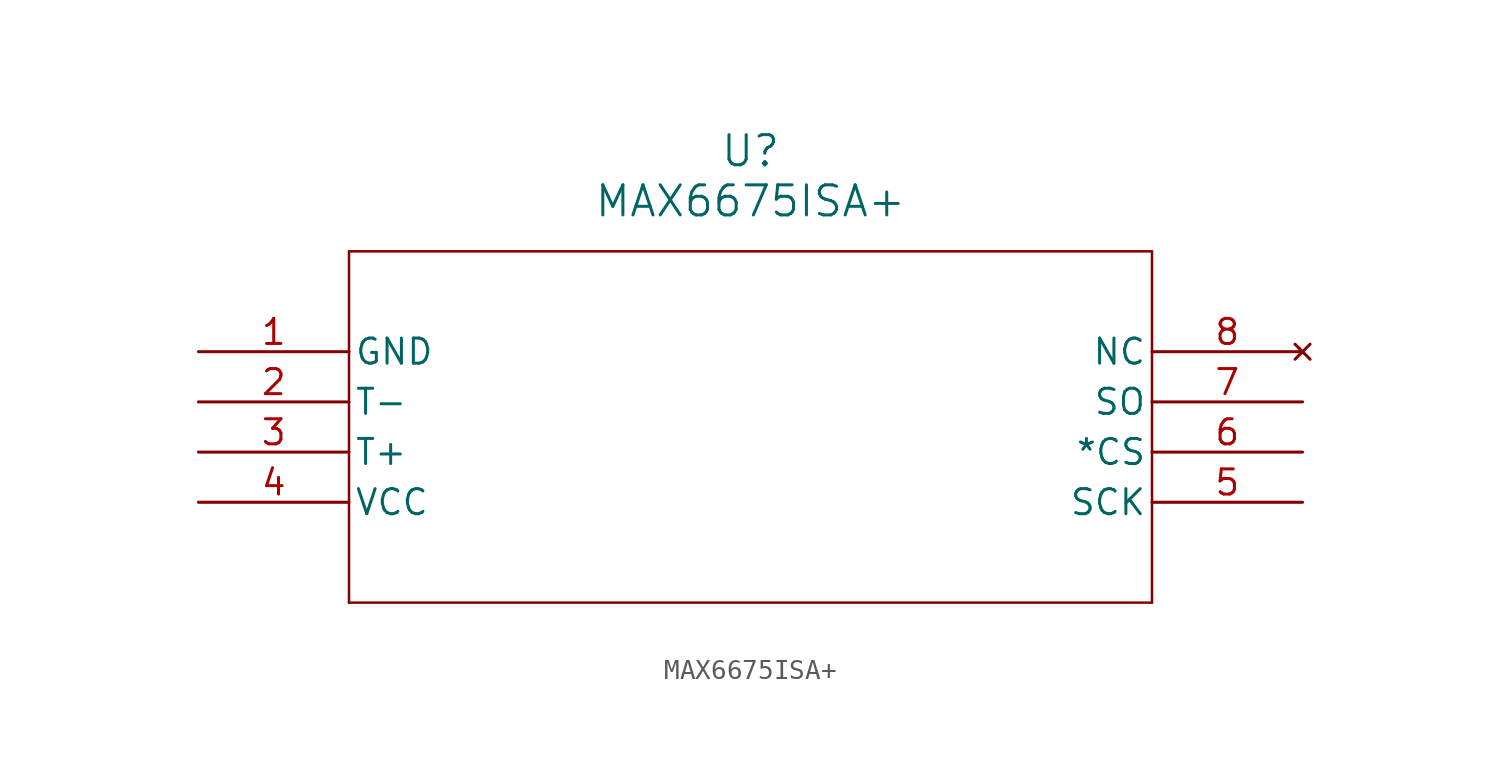
<source format=kicad_sym>
(kicad_symbol_lib
  (version 20211014)
  (generator kicad_symbol_editor)
  (symbol "MAX6675ISA+"
    (pin_names
      (offset 0.254))
    (property "Reference" "U"
      (at 27.94 10.16 0)
      (effects (font (size 1.524 1.524))))
    (property "Value" "MAX6675ISA+"
      (at 27.94 7.62 0)
      (effects (font (size 1.524 1.524))))
    (symbol "MAX6675ISA+_0_1"
      (polyline (pts (xy 7.62 5.08) (xy 7.62 -12.7)) (stroke (width 0.127) (type default) (color 0 0 0 0)) (fill (type none)))
      (polyline (pts (xy 7.62 -12.7) (xy 48.26 -12.7)) (stroke (width 0.127) (type default) (color 0 0 0 0)) (fill (type none)))
      (polyline (pts (xy 48.26 -12.7) (xy 48.26 5.08)) (stroke (width 0.127) (type default) (color 0 0 0 0)) (fill (type none)))
      (polyline (pts (xy 48.26 5.08) (xy 7.62 5.08)) (stroke (width 0.127) (type default) (color 0 0 0 0)) (fill (type none)))
      (pin power_in line (at 0 0 0) (length 7.62) (name "GND" (effects (font (size 1.27 1.27)))) (number "1" (effects (font (size 1.27 1.27)))))
      (pin unspecified line (at 0 -2.54 0) (length 7.62) (name "T-" (effects (font (size 1.27 1.27)))) (number "2" (effects (font (size 1.27 1.27)))))
      (pin unspecified line (at 0 -5.08 0) (length 7.62) (name "T+" (effects (font (size 1.27 1.27)))) (number "3" (effects (font (size 1.27 1.27)))))
      (pin power_in line (at 0 -7.62 0) (length 7.62) (name "VCC" (effects (font (size 1.27 1.27)))) (number "4" (effects (font (size 1.27 1.27)))))
      (pin input line (at 55.88 -7.62 180) (length 7.62) (name "SCK" (effects (font (size 1.27 1.27)))) (number "5" (effects (font (size 1.27 1.27)))))
      (pin input line (at 55.88 -5.08 180) (length 7.62) (name "*CS" (effects (font (size 1.27 1.27)))) (number "6" (effects (font (size 1.27 1.27)))))
      (pin output line (at 55.88 -2.54 180) (length 7.62) (name "SO" (effects (font (size 1.27 1.27)))) (number "7" (effects (font (size 1.27 1.27)))))
      (pin no_connect line (at 55.88 0 180) (length 7.62) (name "NC" (effects (font (size 1.27 1.27)))) (number "8" (effects (font (size 1.27 1.27))))))))
</source>
